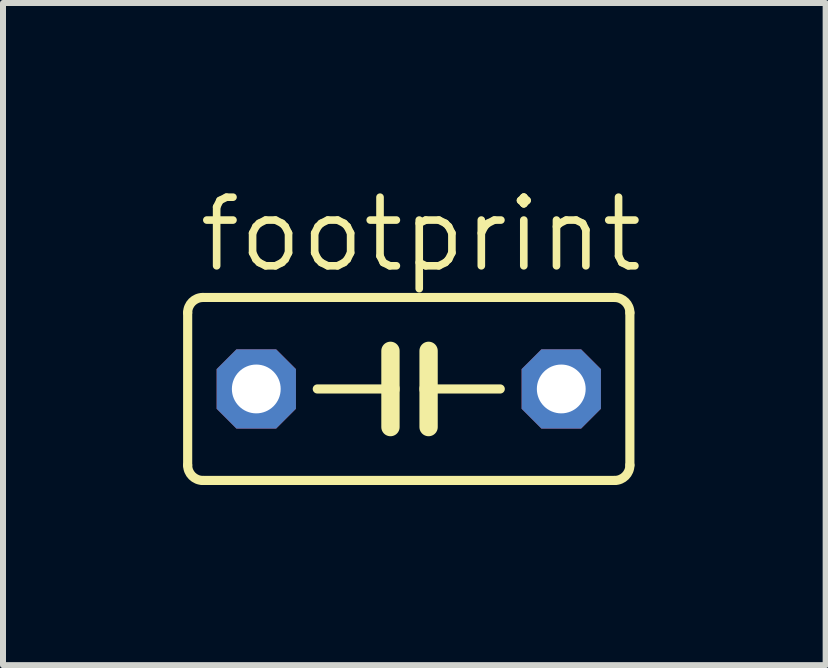
<source format=kicad_pcb>
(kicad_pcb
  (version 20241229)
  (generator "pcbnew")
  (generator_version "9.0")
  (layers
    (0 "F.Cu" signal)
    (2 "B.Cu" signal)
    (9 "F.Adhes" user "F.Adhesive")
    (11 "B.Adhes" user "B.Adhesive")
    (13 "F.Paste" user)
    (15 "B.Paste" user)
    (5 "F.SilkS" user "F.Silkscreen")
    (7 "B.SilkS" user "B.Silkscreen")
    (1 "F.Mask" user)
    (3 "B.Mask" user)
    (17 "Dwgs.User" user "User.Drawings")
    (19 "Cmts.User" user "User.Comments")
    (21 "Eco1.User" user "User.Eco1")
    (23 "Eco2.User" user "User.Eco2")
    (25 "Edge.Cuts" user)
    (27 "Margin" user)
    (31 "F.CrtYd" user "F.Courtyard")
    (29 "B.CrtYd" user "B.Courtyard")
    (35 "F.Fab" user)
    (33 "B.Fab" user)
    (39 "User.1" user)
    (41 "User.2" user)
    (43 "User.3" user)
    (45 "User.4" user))
  (footprint "footprint"
    (layer "F.Cu")
    (at 3.759 3.429)
    (property "Reference" "footprint" (at -3.556 -1.905 0) (layer "F.SilkS") (effects (font (size 1.143 1.143) (thickness 0.127)) (justify left bottom)))
    (fp_line (start -3.683 -1.27) (end -3.683 1.27) (stroke (width 0.152) (type solid)) (layer "F.SilkS"))
    (fp_line (start -3.429 1.524) (end 3.429 1.524) (stroke (width 0.152) (type solid)) (layer "F.SilkS"))
    (fp_line (start -0.305 -0.635) (end -0.305 0) (stroke (width 0.305) (type solid)) (layer "F.SilkS"))
    (fp_line (start -0.305 0) (end -1.524 0) (stroke (width 0.152) (type solid)) (layer "F.SilkS"))
    (fp_line (start -0.305 0) (end -0.305 0.635) (stroke (width 0.305) (type solid)) (layer "F.SilkS"))
    (fp_line (start 0.33 -0.635) (end 0.33 0) (stroke (width 0.305) (type solid)) (layer "F.SilkS"))
    (fp_line (start 0.33 0) (end 0.33 0.635) (stroke (width 0.305) (type solid)) (layer "F.SilkS"))
    (fp_line (start 0.33 0) (end 1.524 0) (stroke (width 0.152) (type solid)) (layer "F.SilkS"))
    (fp_line (start 3.429 -1.524) (end -3.429 -1.524) (stroke (width 0.152) (type solid)) (layer "F.SilkS"))
    (fp_line (start 3.683 1.27) (end 3.683 -1.27) (stroke (width 0.152) (type solid)) (layer "F.SilkS"))
    (fp_arc (start -3.683 -1.27) (mid -3.608605 -1.449605) (end -3.429 -1.524) (stroke (width 0.1524) (type solid)) (layer "F.SilkS"))
    (fp_arc (start -3.429 1.524) (mid -3.608605 1.449605) (end -3.683 1.27) (stroke (width 0.1524) (type solid)) (layer "F.SilkS"))
    (fp_arc (start 3.429 -1.524) (mid 3.608605 -1.449605) (end 3.683 -1.27) (stroke (width 0.1524) (type solid)) (layer "F.SilkS"))
    (fp_arc (start 3.683 1.27) (mid 3.608605 1.449605) (end 3.429 1.524) (stroke (width 0.1524) (type solid)) (layer "F.SilkS"))
    (pad "1" thru_hole roundrect (at -2.54 0) (size 1.321 1.321) (drill 0.813) (layers "*.Cu" "*.Mask") (roundrect_rratio 0.25) (chamfer_ratio 0.25) (chamfer top_left top_right bottom_left bottom_right))
    (pad "2" thru_hole roundrect (at 2.54 0) (size 1.321 1.321) (drill 0.813) (layers "*.Cu" "*.Mask") (roundrect_rratio 0.25) (chamfer_ratio 0.25) (chamfer top_left top_right bottom_left bottom_right)))
  (gr_rect
    (start -3 -3)
    (end 10.703 8.029)
    (stroke (width 0.1) (type default))
    (fill no)
    (layer "Edge.Cuts")))
</source>
